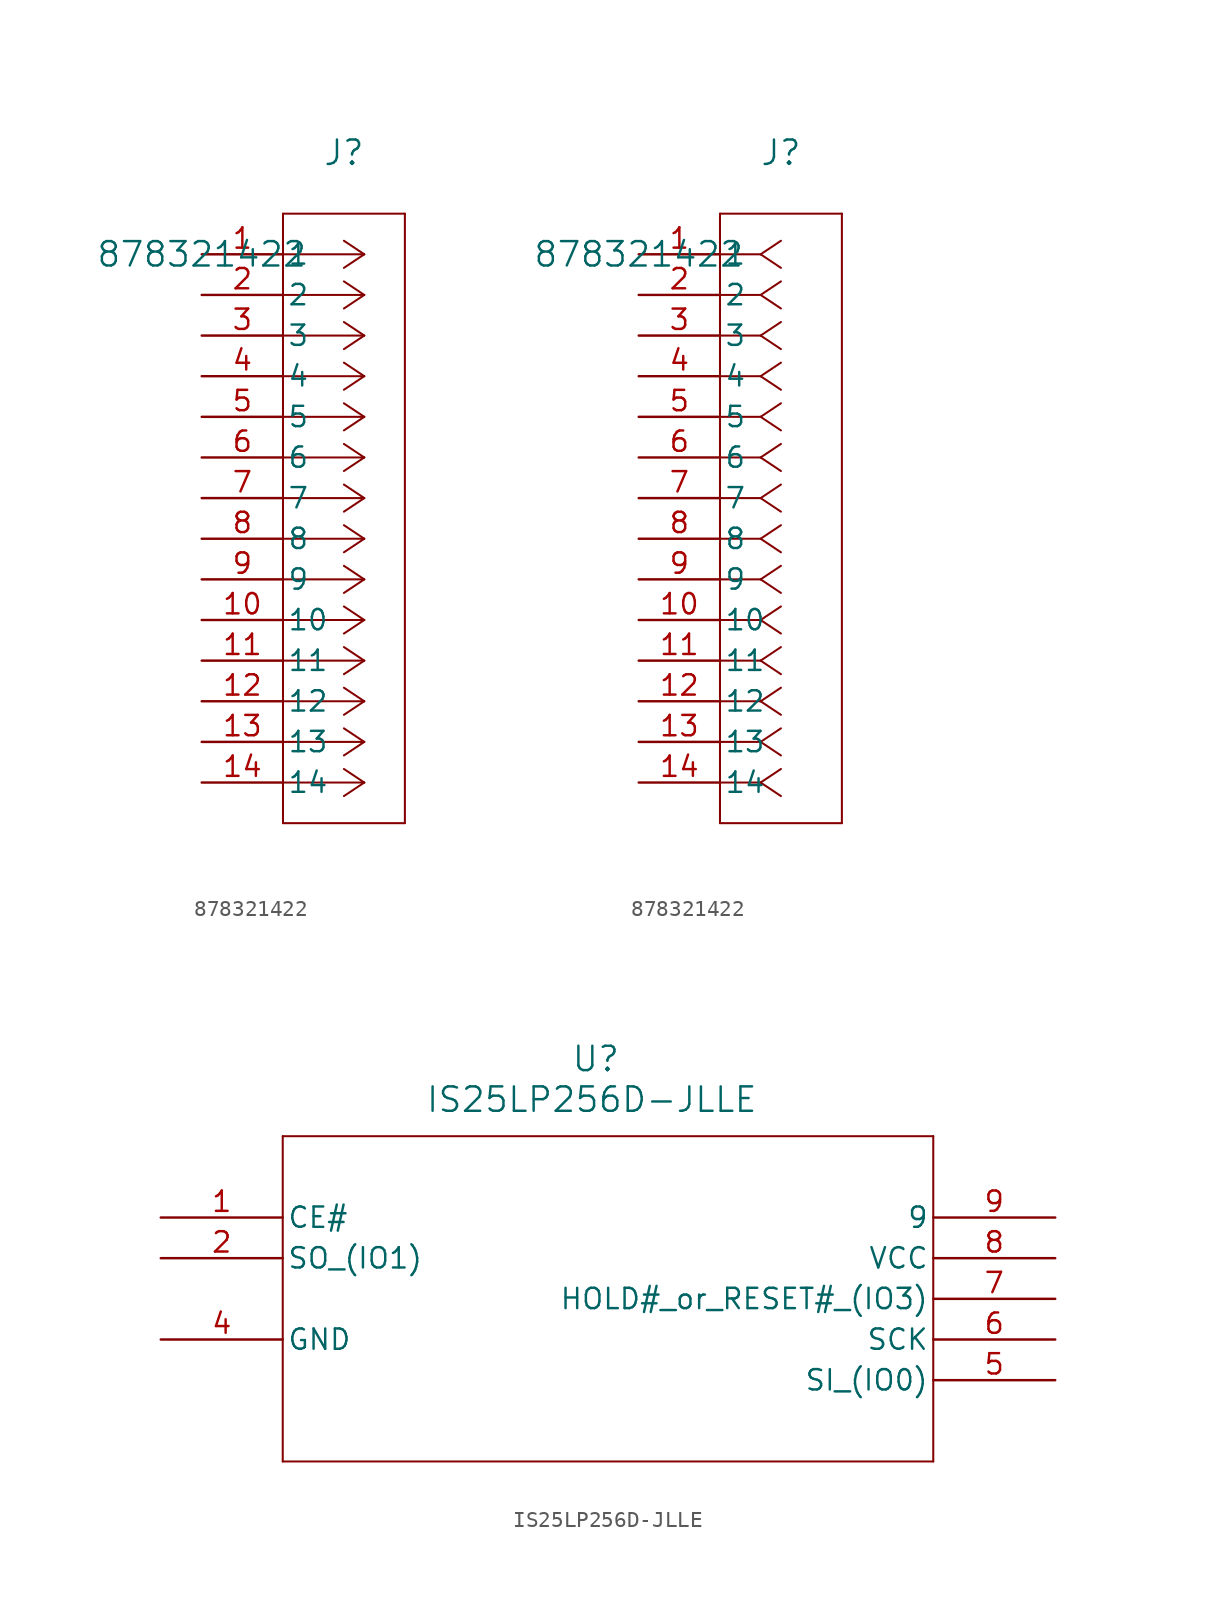
<source format=kicad_sym>
(kicad_symbol_lib
  (version 20241209)
  (generator "kicad_symbol_editor")
  (generator_version "9.0")
  (symbol "878321422"
    (pin_names
      (offset 0.254))
    (property "Reference" "J"
      (at 8.89 6.35 0)
      (effects (font (size 1.524 1.524))))
    (property "Value" "878321422"
      (at 0 0 0)
      (effects (font (size 1.524 1.524))))
    (property "ki_locked" ""
      (at 0 0 0)
      (effects (font (size 1.27 1.27))))
    (symbol "878321422_1_1"
      (polyline (pts (xy 5.08 2.54) (xy 5.08 -35.56)) (stroke (width 0.127) (type default)) (fill (type none)))
      (polyline (pts (xy 5.08 -35.56) (xy 12.7 -35.56)) (stroke (width 0.127) (type default)) (fill (type none)))
      (polyline (pts (xy 10.16 0) (xy 5.08 0)) (stroke (width 0.127) (type default)) (fill (type none)))
      (polyline (pts (xy 10.16 0) (xy 8.89 0.847)) (stroke (width 0.127) (type default)) (fill (type none)))
      (polyline (pts (xy 10.16 0) (xy 8.89 -0.847)) (stroke (width 0.127) (type default)) (fill (type none)))
      (polyline (pts (xy 10.16 -2.54) (xy 5.08 -2.54)) (stroke (width 0.127) (type default)) (fill (type none)))
      (polyline (pts (xy 10.16 -2.54) (xy 8.89 -1.693)) (stroke (width 0.127) (type default)) (fill (type none)))
      (polyline (pts (xy 10.16 -2.54) (xy 8.89 -3.387)) (stroke (width 0.127) (type default)) (fill (type none)))
      (polyline (pts (xy 10.16 -5.08) (xy 5.08 -5.08)) (stroke (width 0.127) (type default)) (fill (type none)))
      (polyline (pts (xy 10.16 -5.08) (xy 8.89 -4.233)) (stroke (width 0.127) (type default)) (fill (type none)))
      (polyline (pts (xy 10.16 -5.08) (xy 8.89 -5.927)) (stroke (width 0.127) (type default)) (fill (type none)))
      (polyline (pts (xy 10.16 -7.62) (xy 5.08 -7.62)) (stroke (width 0.127) (type default)) (fill (type none)))
      (polyline (pts (xy 10.16 -7.62) (xy 8.89 -6.773)) (stroke (width 0.127) (type default)) (fill (type none)))
      (polyline (pts (xy 10.16 -7.62) (xy 8.89 -8.467)) (stroke (width 0.127) (type default)) (fill (type none)))
      (polyline (pts (xy 10.16 -10.16) (xy 5.08 -10.16)) (stroke (width 0.127) (type default)) (fill (type none)))
      (polyline (pts (xy 10.16 -10.16) (xy 8.89 -9.313)) (stroke (width 0.127) (type default)) (fill (type none)))
      (polyline (pts (xy 10.16 -10.16) (xy 8.89 -11.007)) (stroke (width 0.127) (type default)) (fill (type none)))
      (polyline (pts (xy 10.16 -12.7) (xy 5.08 -12.7)) (stroke (width 0.127) (type default)) (fill (type none)))
      (polyline (pts (xy 10.16 -12.7) (xy 8.89 -11.853)) (stroke (width 0.127) (type default)) (fill (type none)))
      (polyline (pts (xy 10.16 -12.7) (xy 8.89 -13.547)) (stroke (width 0.127) (type default)) (fill (type none)))
      (polyline (pts (xy 10.16 -15.24) (xy 5.08 -15.24)) (stroke (width 0.127) (type default)) (fill (type none)))
      (polyline (pts (xy 10.16 -15.24) (xy 8.89 -14.393)) (stroke (width 0.127) (type default)) (fill (type none)))
      (polyline (pts (xy 10.16 -15.24) (xy 8.89 -16.087)) (stroke (width 0.127) (type default)) (fill (type none)))
      (polyline (pts (xy 10.16 -17.78) (xy 5.08 -17.78)) (stroke (width 0.127) (type default)) (fill (type none)))
      (polyline (pts (xy 10.16 -17.78) (xy 8.89 -16.933)) (stroke (width 0.127) (type default)) (fill (type none)))
      (polyline (pts (xy 10.16 -17.78) (xy 8.89 -18.627)) (stroke (width 0.127) (type default)) (fill (type none)))
      (polyline (pts (xy 10.16 -20.32) (xy 5.08 -20.32)) (stroke (width 0.127) (type default)) (fill (type none)))
      (polyline (pts (xy 10.16 -20.32) (xy 8.89 -19.473)) (stroke (width 0.127) (type default)) (fill (type none)))
      (polyline (pts (xy 10.16 -20.32) (xy 8.89 -21.167)) (stroke (width 0.127) (type default)) (fill (type none)))
      (polyline (pts (xy 10.16 -22.86) (xy 5.08 -22.86)) (stroke (width 0.127) (type default)) (fill (type none)))
      (polyline (pts (xy 10.16 -22.86) (xy 8.89 -22.013)) (stroke (width 0.127) (type default)) (fill (type none)))
      (polyline (pts (xy 10.16 -22.86) (xy 8.89 -23.707)) (stroke (width 0.127) (type default)) (fill (type none)))
      (polyline (pts (xy 10.16 -25.4) (xy 5.08 -25.4)) (stroke (width 0.127) (type default)) (fill (type none)))
      (polyline (pts (xy 10.16 -25.4) (xy 8.89 -24.553)) (stroke (width 0.127) (type default)) (fill (type none)))
      (polyline (pts (xy 10.16 -25.4) (xy 8.89 -26.247)) (stroke (width 0.127) (type default)) (fill (type none)))
      (polyline (pts (xy 10.16 -27.94) (xy 5.08 -27.94)) (stroke (width 0.127) (type default)) (fill (type none)))
      (polyline (pts (xy 10.16 -27.94) (xy 8.89 -27.093)) (stroke (width 0.127) (type default)) (fill (type none)))
      (polyline (pts (xy 10.16 -27.94) (xy 8.89 -28.787)) (stroke (width 0.127) (type default)) (fill (type none)))
      (polyline (pts (xy 10.16 -30.48) (xy 5.08 -30.48)) (stroke (width 0.127) (type default)) (fill (type none)))
      (polyline (pts (xy 10.16 -30.48) (xy 8.89 -29.633)) (stroke (width 0.127) (type default)) (fill (type none)))
      (polyline (pts (xy 10.16 -30.48) (xy 8.89 -31.327)) (stroke (width 0.127) (type default)) (fill (type none)))
      (polyline (pts (xy 10.16 -33.02) (xy 5.08 -33.02)) (stroke (width 0.127) (type default)) (fill (type none)))
      (polyline (pts (xy 10.16 -33.02) (xy 8.89 -32.173)) (stroke (width 0.127) (type default)) (fill (type none)))
      (polyline (pts (xy 10.16 -33.02) (xy 8.89 -33.867)) (stroke (width 0.127) (type default)) (fill (type none)))
      (polyline (pts (xy 12.7 2.54) (xy 5.08 2.54)) (stroke (width 0.127) (type default)) (fill (type none)))
      (polyline (pts (xy 12.7 -35.56) (xy 12.7 2.54)) (stroke (width 0.127) (type default)) (fill (type none)))
      (pin unspecified line (at 0 0 0) (length 5.08) (name "1" (effects (font (size 1.27 1.27)))) (number "1" (effects (font (size 1.27 1.27)))))
      (pin unspecified line (at 0 -2.54 0) (length 5.08) (name "2" (effects (font (size 1.27 1.27)))) (number "2" (effects (font (size 1.27 1.27)))))
      (pin unspecified line (at 0 -5.08 0) (length 5.08) (name "3" (effects (font (size 1.27 1.27)))) (number "3" (effects (font (size 1.27 1.27)))))
      (pin unspecified line (at 0 -7.62 0) (length 5.08) (name "4" (effects (font (size 1.27 1.27)))) (number "4" (effects (font (size 1.27 1.27)))))
      (pin unspecified line (at 0 -10.16 0) (length 5.08) (name "5" (effects (font (size 1.27 1.27)))) (number "5" (effects (font (size 1.27 1.27)))))
      (pin unspecified line (at 0 -12.7 0) (length 5.08) (name "6" (effects (font (size 1.27 1.27)))) (number "6" (effects (font (size 1.27 1.27)))))
      (pin unspecified line (at 0 -15.24 0) (length 5.08) (name "7" (effects (font (size 1.27 1.27)))) (number "7" (effects (font (size 1.27 1.27)))))
      (pin unspecified line (at 0 -17.78 0) (length 5.08) (name "8" (effects (font (size 1.27 1.27)))) (number "8" (effects (font (size 1.27 1.27)))))
      (pin unspecified line (at 0 -20.32 0) (length 5.08) (name "9" (effects (font (size 1.27 1.27)))) (number "9" (effects (font (size 1.27 1.27)))))
      (pin unspecified line (at 0 -22.86 0) (length 5.08) (name "10" (effects (font (size 1.27 1.27)))) (number "10" (effects (font (size 1.27 1.27)))))
      (pin unspecified line (at 0 -25.4 0) (length 5.08) (name "11" (effects (font (size 1.27 1.27)))) (number "11" (effects (font (size 1.27 1.27)))))
      (pin unspecified line (at 0 -27.94 0) (length 5.08) (name "12" (effects (font (size 1.27 1.27)))) (number "12" (effects (font (size 1.27 1.27)))))
      (pin unspecified line (at 0 -30.48 0) (length 5.08) (name "13" (effects (font (size 1.27 1.27)))) (number "13" (effects (font (size 1.27 1.27)))))
      (pin unspecified line (at 0 -33.02 0) (length 5.08) (name "14" (effects (font (size 1.27 1.27)))) (number "14" (effects (font (size 1.27 1.27))))))
    (symbol "878321422_1_2"
      (polyline (pts (xy 5.08 2.54) (xy 5.08 -35.56)) (stroke (width 0.127) (type default)) (fill (type none)))
      (polyline (pts (xy 5.08 -35.56) (xy 12.7 -35.56)) (stroke (width 0.127) (type default)) (fill (type none)))
      (polyline (pts (xy 7.62 0) (xy 5.08 0)) (stroke (width 0.127) (type default)) (fill (type none)))
      (polyline (pts (xy 7.62 0) (xy 8.89 0.847)) (stroke (width 0.127) (type default)) (fill (type none)))
      (polyline (pts (xy 7.62 0) (xy 8.89 -0.847)) (stroke (width 0.127) (type default)) (fill (type none)))
      (polyline (pts (xy 7.62 -2.54) (xy 5.08 -2.54)) (stroke (width 0.127) (type default)) (fill (type none)))
      (polyline (pts (xy 7.62 -2.54) (xy 8.89 -1.693)) (stroke (width 0.127) (type default)) (fill (type none)))
      (polyline (pts (xy 7.62 -2.54) (xy 8.89 -3.387)) (stroke (width 0.127) (type default)) (fill (type none)))
      (polyline (pts (xy 7.62 -5.08) (xy 5.08 -5.08)) (stroke (width 0.127) (type default)) (fill (type none)))
      (polyline (pts (xy 7.62 -5.08) (xy 8.89 -4.233)) (stroke (width 0.127) (type default)) (fill (type none)))
      (polyline (pts (xy 7.62 -5.08) (xy 8.89 -5.927)) (stroke (width 0.127) (type default)) (fill (type none)))
      (polyline (pts (xy 7.62 -7.62) (xy 5.08 -7.62)) (stroke (width 0.127) (type default)) (fill (type none)))
      (polyline (pts (xy 7.62 -7.62) (xy 8.89 -6.773)) (stroke (width 0.127) (type default)) (fill (type none)))
      (polyline (pts (xy 7.62 -7.62) (xy 8.89 -8.467)) (stroke (width 0.127) (type default)) (fill (type none)))
      (polyline (pts (xy 7.62 -10.16) (xy 5.08 -10.16)) (stroke (width 0.127) (type default)) (fill (type none)))
      (polyline (pts (xy 7.62 -10.16) (xy 8.89 -9.313)) (stroke (width 0.127) (type default)) (fill (type none)))
      (polyline (pts (xy 7.62 -10.16) (xy 8.89 -11.007)) (stroke (width 0.127) (type default)) (fill (type none)))
      (polyline (pts (xy 7.62 -12.7) (xy 5.08 -12.7)) (stroke (width 0.127) (type default)) (fill (type none)))
      (polyline (pts (xy 7.62 -12.7) (xy 8.89 -11.853)) (stroke (width 0.127) (type default)) (fill (type none)))
      (polyline (pts (xy 7.62 -12.7) (xy 8.89 -13.547)) (stroke (width 0.127) (type default)) (fill (type none)))
      (polyline (pts (xy 7.62 -15.24) (xy 5.08 -15.24)) (stroke (width 0.127) (type default)) (fill (type none)))
      (polyline (pts (xy 7.62 -15.24) (xy 8.89 -14.393)) (stroke (width 0.127) (type default)) (fill (type none)))
      (polyline (pts (xy 7.62 -15.24) (xy 8.89 -16.087)) (stroke (width 0.127) (type default)) (fill (type none)))
      (polyline (pts (xy 7.62 -17.78) (xy 5.08 -17.78)) (stroke (width 0.127) (type default)) (fill (type none)))
      (polyline (pts (xy 7.62 -17.78) (xy 8.89 -16.933)) (stroke (width 0.127) (type default)) (fill (type none)))
      (polyline (pts (xy 7.62 -17.78) (xy 8.89 -18.627)) (stroke (width 0.127) (type default)) (fill (type none)))
      (polyline (pts (xy 7.62 -20.32) (xy 5.08 -20.32)) (stroke (width 0.127) (type default)) (fill (type none)))
      (polyline (pts (xy 7.62 -20.32) (xy 8.89 -19.473)) (stroke (width 0.127) (type default)) (fill (type none)))
      (polyline (pts (xy 7.62 -20.32) (xy 8.89 -21.167)) (stroke (width 0.127) (type default)) (fill (type none)))
      (polyline (pts (xy 7.62 -22.86) (xy 5.08 -22.86)) (stroke (width 0.127) (type default)) (fill (type none)))
      (polyline (pts (xy 7.62 -22.86) (xy 8.89 -22.013)) (stroke (width 0.127) (type default)) (fill (type none)))
      (polyline (pts (xy 7.62 -22.86) (xy 8.89 -23.707)) (stroke (width 0.127) (type default)) (fill (type none)))
      (polyline (pts (xy 7.62 -25.4) (xy 5.08 -25.4)) (stroke (width 0.127) (type default)) (fill (type none)))
      (polyline (pts (xy 7.62 -25.4) (xy 8.89 -24.553)) (stroke (width 0.127) (type default)) (fill (type none)))
      (polyline (pts (xy 7.62 -25.4) (xy 8.89 -26.247)) (stroke (width 0.127) (type default)) (fill (type none)))
      (polyline (pts (xy 7.62 -27.94) (xy 5.08 -27.94)) (stroke (width 0.127) (type default)) (fill (type none)))
      (polyline (pts (xy 7.62 -27.94) (xy 8.89 -27.093)) (stroke (width 0.127) (type default)) (fill (type none)))
      (polyline (pts (xy 7.62 -27.94) (xy 8.89 -28.787)) (stroke (width 0.127) (type default)) (fill (type none)))
      (polyline (pts (xy 7.62 -30.48) (xy 5.08 -30.48)) (stroke (width 0.127) (type default)) (fill (type none)))
      (polyline (pts (xy 7.62 -30.48) (xy 8.89 -29.633)) (stroke (width 0.127) (type default)) (fill (type none)))
      (polyline (pts (xy 7.62 -30.48) (xy 8.89 -31.327)) (stroke (width 0.127) (type default)) (fill (type none)))
      (polyline (pts (xy 7.62 -33.02) (xy 5.08 -33.02)) (stroke (width 0.127) (type default)) (fill (type none)))
      (polyline (pts (xy 7.62 -33.02) (xy 8.89 -32.173)) (stroke (width 0.127) (type default)) (fill (type none)))
      (polyline (pts (xy 7.62 -33.02) (xy 8.89 -33.867)) (stroke (width 0.127) (type default)) (fill (type none)))
      (polyline (pts (xy 12.7 2.54) (xy 5.08 2.54)) (stroke (width 0.127) (type default)) (fill (type none)))
      (polyline (pts (xy 12.7 -35.56) (xy 12.7 2.54)) (stroke (width 0.127) (type default)) (fill (type none)))
      (pin unspecified line (at 0 0 0) (length 5.08) (name "1" (effects (font (size 1.27 1.27)))) (number "1" (effects (font (size 1.27 1.27)))))
      (pin unspecified line (at 0 -2.54 0) (length 5.08) (name "2" (effects (font (size 1.27 1.27)))) (number "2" (effects (font (size 1.27 1.27)))))
      (pin unspecified line (at 0 -5.08 0) (length 5.08) (name "3" (effects (font (size 1.27 1.27)))) (number "3" (effects (font (size 1.27 1.27)))))
      (pin unspecified line (at 0 -7.62 0) (length 5.08) (name "4" (effects (font (size 1.27 1.27)))) (number "4" (effects (font (size 1.27 1.27)))))
      (pin unspecified line (at 0 -10.16 0) (length 5.08) (name "5" (effects (font (size 1.27 1.27)))) (number "5" (effects (font (size 1.27 1.27)))))
      (pin unspecified line (at 0 -12.7 0) (length 5.08) (name "6" (effects (font (size 1.27 1.27)))) (number "6" (effects (font (size 1.27 1.27)))))
      (pin unspecified line (at 0 -15.24 0) (length 5.08) (name "7" (effects (font (size 1.27 1.27)))) (number "7" (effects (font (size 1.27 1.27)))))
      (pin unspecified line (at 0 -17.78 0) (length 5.08) (name "8" (effects (font (size 1.27 1.27)))) (number "8" (effects (font (size 1.27 1.27)))))
      (pin unspecified line (at 0 -20.32 0) (length 5.08) (name "9" (effects (font (size 1.27 1.27)))) (number "9" (effects (font (size 1.27 1.27)))))
      (pin unspecified line (at 0 -22.86 0) (length 5.08) (name "10" (effects (font (size 1.27 1.27)))) (number "10" (effects (font (size 1.27 1.27)))))
      (pin unspecified line (at 0 -25.4 0) (length 5.08) (name "11" (effects (font (size 1.27 1.27)))) (number "11" (effects (font (size 1.27 1.27)))))
      (pin unspecified line (at 0 -27.94 0) (length 5.08) (name "12" (effects (font (size 1.27 1.27)))) (number "12" (effects (font (size 1.27 1.27)))))
      (pin unspecified line (at 0 -30.48 0) (length 5.08) (name "13" (effects (font (size 1.27 1.27)))) (number "13" (effects (font (size 1.27 1.27)))))
      (pin unspecified line (at 0 -33.02 0) (length 5.08) (name "14" (effects (font (size 1.27 1.27)))) (number "14" (effects (font (size 1.27 1.27)))))))
  (symbol "IS25LP256D-JLLE"
    (pin_names
      (offset 0.254))
    (property "Reference" "U"
      (at 52.578 9.906 0)
      (effects (font (size 1.524 1.524))))
    (property "Value" "IS25LP256D-JLLE"
      (at 52.324 7.366 0)
      (effects (font (size 1.524 1.524))))
    (property "ki_locked" ""
      (at 0 0 0)
      (effects (font (size 1.27 1.27))))
    (symbol "IS25LP256D-JLLE_0_1"
      (polyline (pts (xy 33.02 5.08) (xy 33.02 -15.24)) (stroke (width 0.127) (type default)) (fill (type none)))
      (polyline (pts (xy 33.02 -15.24) (xy 73.66 -15.24)) (stroke (width 0.127) (type default)) (fill (type none)))
      (polyline (pts (xy 73.66 5.08) (xy 33.02 5.08)) (stroke (width 0.127) (type default)) (fill (type none)))
      (polyline (pts (xy 73.66 -15.24) (xy 73.66 5.08)) (stroke (width 0.127) (type default)) (fill (type none)))
      (pin unspecified line (at 25.4 0 0) (length 7.62) (name "CE#" (effects (font (size 1.27 1.27)))) (number "1" (effects (font (size 1.27 1.27)))))
      (pin unspecified line (at 25.4 -2.54 0) (length 7.62) (name "SO_(IO1)" (effects (font (size 1.27 1.27)))) (number "2" (effects (font (size 1.27 1.27)))))
      (pin power_out line (at 25.4 -7.62 0) (length 7.62) (name "GND" (effects (font (size 1.27 1.27)))) (number "4" (effects (font (size 1.27 1.27)))))
      (pin unspecified line (at 81.28 0 180) (length 7.62) (name "9" (effects (font (size 1.27 1.27)))) (number "9" (effects (font (size 1.27 1.27)))))
      (pin power_in line (at 81.28 -2.54 180) (length 7.62) (name "VCC" (effects (font (size 1.27 1.27)))) (number "8" (effects (font (size 1.27 1.27)))))
      (pin unspecified line (at 81.28 -5.08 180) (length 7.62) (name "HOLD#_or_RESET#_(IO3)" (effects (font (size 1.27 1.27)))) (number "7" (effects (font (size 1.27 1.27)))))
      (pin unspecified line (at 81.28 -7.62 180) (length 7.62) (name "SCK" (effects (font (size 1.27 1.27)))) (number "6" (effects (font (size 1.27 1.27)))))
      (pin unspecified line (at 81.28 -10.16 180) (length 7.62) (name "SI_(IO0)" (effects (font (size 1.27 1.27)))) (number "5" (effects (font (size 1.27 1.27))))))))
</source>
